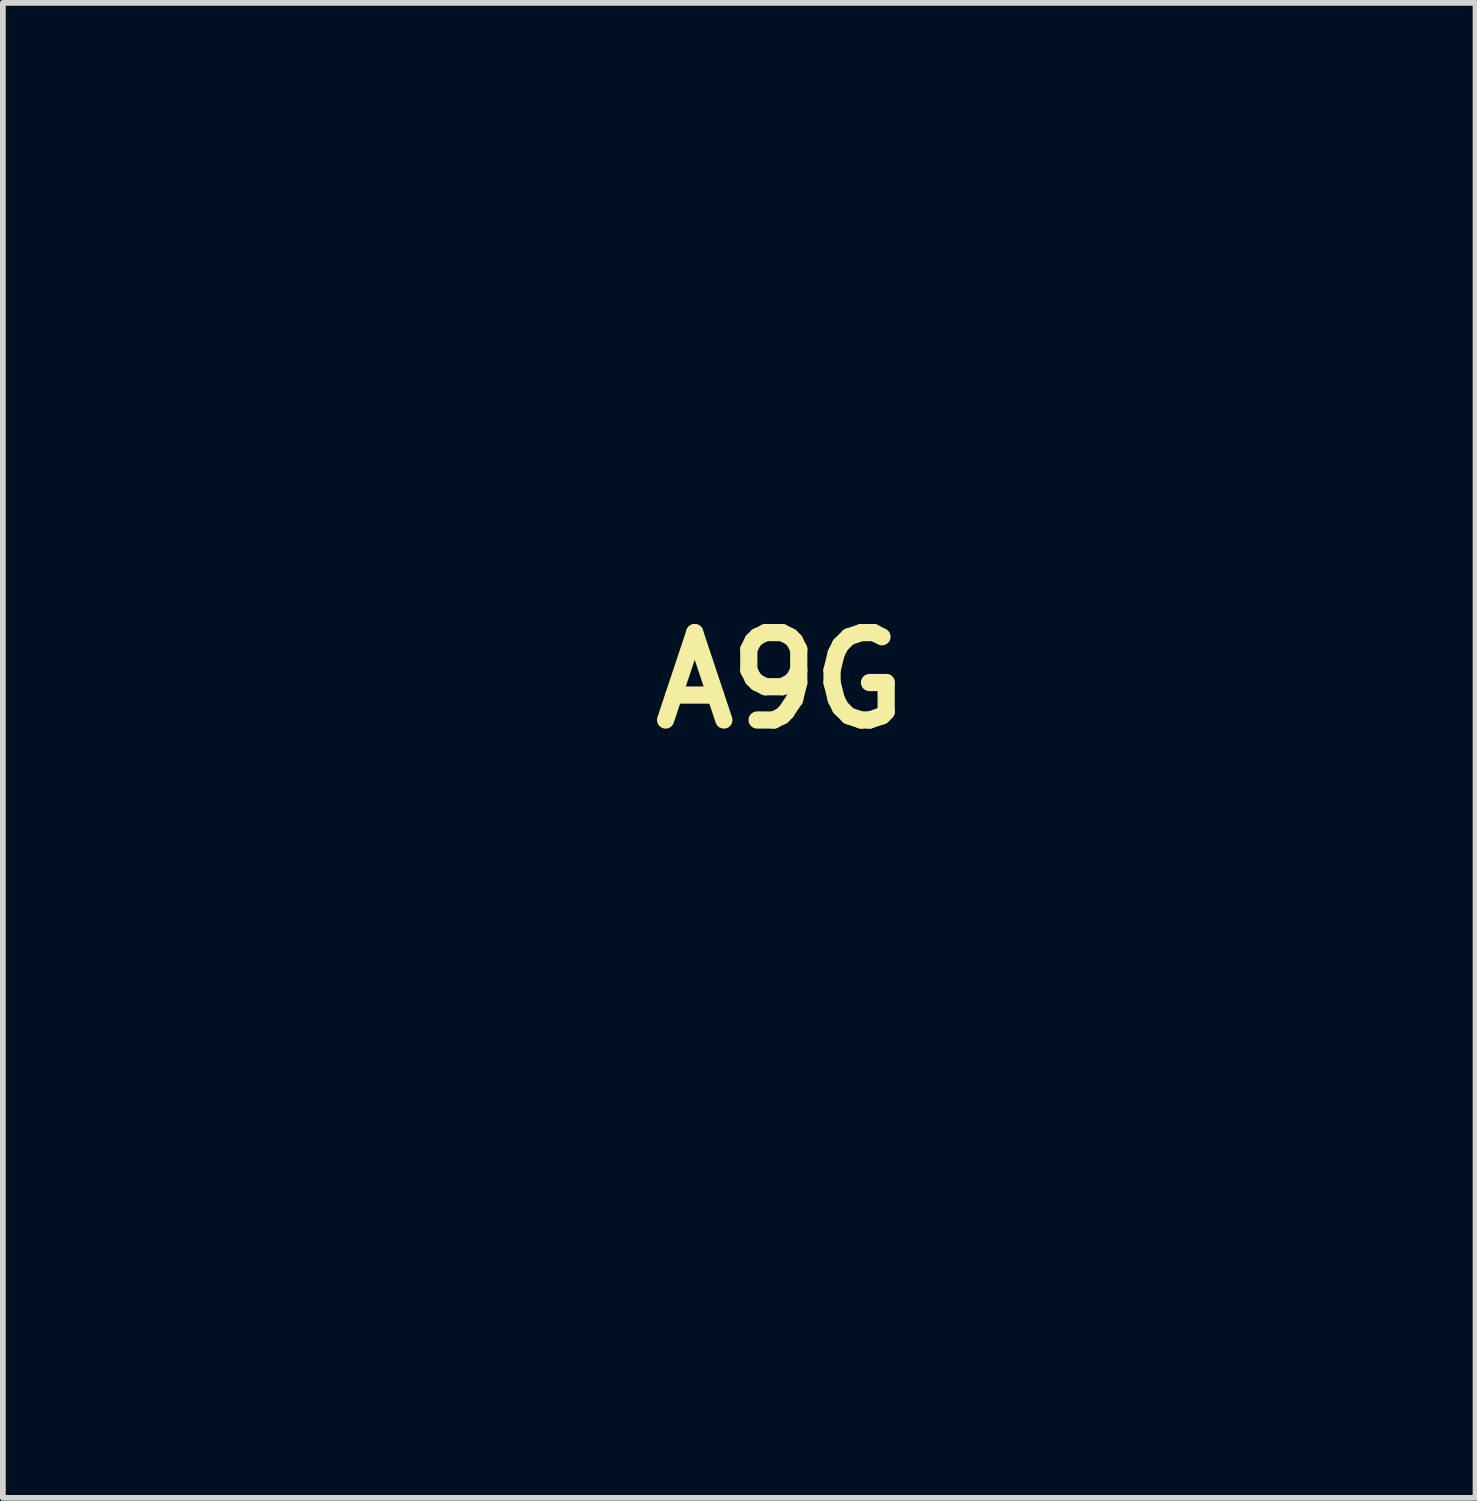
<source format=kicad_pcb>
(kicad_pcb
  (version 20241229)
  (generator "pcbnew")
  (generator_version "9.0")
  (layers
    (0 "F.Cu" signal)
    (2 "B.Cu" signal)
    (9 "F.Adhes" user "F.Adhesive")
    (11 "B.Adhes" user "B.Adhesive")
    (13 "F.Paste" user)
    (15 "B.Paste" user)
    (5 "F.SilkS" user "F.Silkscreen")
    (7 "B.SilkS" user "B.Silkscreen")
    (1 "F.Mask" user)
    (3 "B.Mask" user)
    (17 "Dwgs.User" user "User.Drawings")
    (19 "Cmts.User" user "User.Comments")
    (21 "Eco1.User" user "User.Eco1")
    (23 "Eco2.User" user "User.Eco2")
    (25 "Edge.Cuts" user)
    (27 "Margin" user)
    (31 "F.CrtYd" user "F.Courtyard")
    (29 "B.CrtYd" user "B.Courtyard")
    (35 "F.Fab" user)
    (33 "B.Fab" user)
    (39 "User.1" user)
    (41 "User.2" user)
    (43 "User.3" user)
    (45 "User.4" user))
  (footprint "A9G"
    (layer "F.Cu")
    (at 10.552 8.816)
    (property "Reference" "A9G" (at 0 0 0) (layer "F.SilkS") (effects (font (size 1.524 1.524) (thickness 0.3))))
    (attr through_hole)
    (fp_poly (pts (xy -3.381 -1.887) (xy -6.527 -1.887) (xy -6.527 -5.111) (xy -3.381 -5.111) (xy -3.381 -1.887)) (stroke (width 0.01) (type solid)) (fill yes) (layer "F.Mask"))
    (fp_poly (pts (xy -1.848 3.893) (xy -2.654 3.915) (xy -3.46 3.937) (xy -3.46 2.359) (xy -1.803 2.359) (xy -1.848 3.893)) (stroke (width 0.01) (type solid)) (fill yes) (layer "F.Mask"))
    (fp_poly (pts (xy -1.683 -8.764) (xy -1.521 -8.623) (xy -1.436 -8.366) (xy -1.415 -8.052) (xy -1.445 -7.664) (xy -1.541 -7.408) (xy -1.711 -7.27) (xy -1.927 -7.235) (xy -2.177 -7.285) (xy -2.315 -7.409) (xy -2.397 -7.621) (xy -2.436 -7.935) (xy -2.438 -8.021) (xy -2.404 -8.403) (xy -2.297 -8.654) (xy -2.11 -8.783) (xy -1.934 -8.807) (xy -1.683 -8.764)) (stroke (width 0.01) (type solid)) (fill yes) (layer "F.Mask"))
    (fp_poly (pts (xy 1.938 9.724) (xy 2.1 9.886) (xy 2.185 10.171) (xy 2.202 10.459) (xy 2.169 10.84) (xy 2.063 11.089) (xy 1.878 11.219) (xy 1.691 11.245) (xy 1.44 11.195) (xy 1.302 11.07) (xy 1.22 10.859) (xy 1.181 10.545) (xy 1.18 10.459) (xy 1.213 10.078) (xy 1.318 9.829) (xy 1.503 9.699) (xy 1.691 9.672) (xy 1.938 9.724)) (stroke (width 0.01) (type solid)) (fill yes) (layer "F.Mask"))
    (fp_poly (pts (xy -7.717 -8.753) (xy -7.601 -8.664) (xy -7.514 -8.482) (xy -7.469 -8.21) (xy -7.465 -7.904) (xy -7.501 -7.619) (xy -7.577 -7.411) (xy -7.614 -7.365) (xy -7.815 -7.263) (xy -8.056 -7.241) (xy -8.268 -7.3) (xy -8.341 -7.359) (xy -8.426 -7.549) (xy -8.473 -7.831) (xy -8.482 -8.145) (xy -8.449 -8.429) (xy -8.383 -8.61) (xy -8.199 -8.762) (xy -7.957 -8.811) (xy -7.717 -8.753)) (stroke (width 0.01) (type solid)) (fill yes) (layer "F.Mask"))
    (fp_poly (pts (xy -6.505 9.714) (xy -6.333 9.851) (xy -6.239 10.101) (xy -6.212 10.464) (xy -6.247 10.836) (xy -6.358 11.079) (xy -6.557 11.21) (xy -6.821 11.245) (xy -7.027 11.233) (xy -7.129 11.174) (xy -7.179 11.032) (xy -7.186 10.999) (xy -7.227 10.652) (xy -7.228 10.289) (xy -7.188 9.978) (xy -7.158 9.874) (xy -7.08 9.74) (xy -6.948 9.682) (xy -6.769 9.672) (xy -6.505 9.714)) (stroke (width 0.01) (type solid)) (fill yes) (layer "F.Mask"))
    (fp_poly (pts (xy -5.303 -8.761) (xy -5.144 -8.612) (xy -5.057 -8.345) (xy -5.033 -7.976) (xy -5.061 -7.62) (xy -5.155 -7.392) (xy -5.332 -7.271) (xy -5.608 -7.235) (xy -5.611 -7.235) (xy -5.819 -7.256) (xy -5.932 -7.34) (xy -5.978 -7.436) (xy -6.038 -7.7) (xy -6.054 -8.018) (xy -6.029 -8.33) (xy -5.965 -8.573) (xy -5.933 -8.633) (xy -5.757 -8.774) (xy -5.544 -8.807) (xy -5.303 -8.761)) (stroke (width 0.01) (type solid)) (fill yes) (layer "F.Mask"))
    (fp_poly (pts (xy -1.677 9.768) (xy -1.527 9.972) (xy -1.435 10.271) (xy -1.415 10.514) (xy -1.432 10.862) (xy -1.495 11.082) (xy -1.623 11.2) (xy -1.835 11.243) (xy -1.927 11.245) (xy -2.174 11.225) (xy -2.313 11.153) (xy -2.356 11.093) (xy -2.428 10.846) (xy -2.442 10.528) (xy -2.403 10.206) (xy -2.316 9.945) (xy -2.275 9.88) (xy -2.071 9.707) (xy -1.865 9.675) (xy -1.677 9.768)) (stroke (width 0.01) (type solid)) (fill yes) (layer "F.Mask"))
    (fp_poly (pts (xy 0.774 9.785) (xy 0.851 9.854) (xy 0.965 10.025) (xy 1.015 10.255) (xy 1.022 10.447) (xy 0.987 10.829) (xy 0.875 11.081) (xy 0.679 11.215) (xy 0.461 11.245) (xy 0.248 11.227) (xy 0.133 11.153) (xy 0.077 11.043) (xy 0.017 10.78) (xy 0.001 10.462) (xy 0.026 10.15) (xy 0.09 9.907) (xy 0.122 9.847) (xy 0.307 9.703) (xy 0.54 9.682) (xy 0.774 9.785)) (stroke (width 0.01) (type solid)) (fill yes) (layer "F.Mask"))
    (fp_poly (pts (xy 4.392 9.785) (xy 4.469 9.854) (xy 4.578 10.016) (xy 4.63 10.232) (xy 4.64 10.466) (xy 4.609 10.838) (xy 4.509 11.08) (xy 4.327 11.21) (xy 4.083 11.245) (xy 3.868 11.228) (xy 3.753 11.157) (xy 3.694 11.043) (xy 3.635 10.78) (xy 3.619 10.462) (xy 3.644 10.15) (xy 3.707 9.907) (xy 3.74 9.847) (xy 3.925 9.703) (xy 4.158 9.682) (xy 4.392 9.785)) (stroke (width 0.01) (type solid)) (fill yes) (layer "F.Mask"))
    (fp_poly (pts (xy 6.686 9.745) (xy 6.832 9.875) (xy 6.944 10.104) (xy 7.001 10.399) (xy 7.002 10.707) (xy 6.945 10.97) (xy 6.855 11.115) (xy 6.66 11.216) (xy 6.422 11.246) (xy 6.201 11.206) (xy 6.06 11.097) (xy 6.058 11.093) (xy 6.002 10.889) (xy 5.98 10.597) (xy 5.993 10.283) (xy 6.039 10.013) (xy 6.078 9.908) (xy 6.24 9.733) (xy 6.458 9.678) (xy 6.686 9.745)) (stroke (width 0.01) (type solid)) (fill yes) (layer "F.Mask"))
    (fp_poly (pts (xy 6.782 -8.736) (xy 6.958 -8.536) (xy 7.058 -8.229) (xy 7.077 -7.989) (xy 7.042 -7.621) (xy 6.931 -7.382) (xy 6.734 -7.259) (xy 6.538 -7.235) (xy 6.319 -7.259) (xy 6.164 -7.317) (xy 6.149 -7.329) (xy 6.098 -7.46) (xy 6.065 -7.709) (xy 6.055 -7.985) (xy 6.078 -8.368) (xy 6.155 -8.62) (xy 6.297 -8.759) (xy 6.516 -8.807) (xy 6.547 -8.807) (xy 6.782 -8.736)) (stroke (width 0.01) (type solid)) (fill yes) (layer "F.Mask"))
    (fp_poly (pts (xy 8.543 7.354) (xy 8.825 7.401) (xy 9.017 7.485) (xy 9.046 7.513) (xy 9.094 7.651) (xy 9.11 7.874) (xy 9.107 7.956) (xy 9.083 8.296) (xy 8.414 8.311) (xy 8.097 8.313) (xy 7.835 8.306) (xy 7.672 8.291) (xy 7.648 8.285) (xy 7.584 8.182) (xy 7.552 7.96) (xy 7.549 7.867) (xy 7.549 7.489) (xy 7.912 7.398) (xy 8.222 7.352) (xy 8.543 7.354)) (stroke (width 0.01) (type solid)) (fill yes) (layer "F.Mask"))
    (fp_poly (pts (xy -9.413 8.604) (xy -9.162 8.659) (xy -9.032 8.744) (xy -8.989 8.887) (xy -8.967 9.105) (xy -8.966 9.144) (xy -8.985 9.353) (xy -9.064 9.466) (xy -9.166 9.517) (xy -9.385 9.565) (xy -9.677 9.587) (xy -9.986 9.584) (xy -10.25 9.555) (xy -10.4 9.509) (xy -10.492 9.402) (xy -10.533 9.197) (xy -10.537 9.045) (xy -10.537 8.661) (xy -10.125 8.612) (xy -9.746 8.587) (xy -9.413 8.604)) (stroke (width 0.01) (type solid)) (fill yes) (layer "F.Mask"))
    (fp_poly (pts (xy -6.515 -8.759) (xy -6.332 -8.606) (xy -6.235 -8.334) (xy -6.212 -8.023) (xy -6.225 -7.74) (xy -6.275 -7.558) (xy -6.379 -7.421) (xy -6.394 -7.406) (xy -6.62 -7.265) (xy -6.855 -7.23) (xy -7.053 -7.299) (xy -7.158 -7.436) (xy -7.205 -7.638) (xy -7.232 -7.91) (xy -7.235 -8.021) (xy -7.215 -8.393) (xy -7.147 -8.633) (xy -7.02 -8.764) (xy -6.82 -8.807) (xy -6.794 -8.807) (xy -6.515 -8.759)) (stroke (width 0.01) (type solid)) (fill yes) (layer "F.Mask"))
    (fp_poly (pts (xy -3.054 9.688) (xy -2.836 9.8) (xy -2.758 9.88) (xy -2.65 10.074) (xy -2.602 10.335) (xy -2.595 10.536) (xy -2.625 10.881) (xy -2.726 11.099) (xy -2.918 11.213) (xy -3.207 11.245) (xy -3.415 11.235) (xy -3.519 11.18) (xy -3.569 11.039) (xy -3.584 10.966) (xy -3.611 10.676) (xy -3.602 10.355) (xy -3.56 10.059) (xy -3.493 9.843) (xy -3.462 9.793) (xy -3.281 9.683) (xy -3.054 9.688)) (stroke (width 0.01) (type solid)) (fill yes) (layer "F.Mask"))
    (fp_poly (pts (xy -2.888 -8.766) (xy -2.715 -8.628) (xy -2.622 -8.378) (xy -2.595 -8.017) (xy -2.609 -7.736) (xy -2.66 -7.554) (xy -2.766 -7.416) (xy -2.777 -7.406) (xy -3.019 -7.266) (xy -3.286 -7.246) (xy -3.456 -7.309) (xy -3.526 -7.429) (xy -3.576 -7.656) (xy -3.604 -7.941) (xy -3.605 -8.235) (xy -3.576 -8.489) (xy -3.547 -8.591) (xy -3.468 -8.734) (xy -3.342 -8.796) (xy -3.152 -8.807) (xy -2.888 -8.766)) (stroke (width 0.01) (type solid)) (fill yes) (layer "F.Mask"))
    (fp_poly (pts (xy -0.566 -8.784) (xy -0.366 -8.664) (xy -0.296 -8.507) (xy -0.251 -8.253) (xy -0.232 -7.955) (xy -0.241 -7.664) (xy -0.279 -7.434) (xy -0.33 -7.329) (xy -0.469 -7.27) (xy -0.692 -7.243) (xy -0.929 -7.251) (xy -1.081 -7.287) (xy -1.139 -7.385) (xy -1.171 -7.626) (xy -1.18 -7.937) (xy -1.172 -8.269) (xy -1.144 -8.483) (xy -1.089 -8.616) (xy -1.036 -8.677) (xy -0.812 -8.79) (xy -0.566 -8.784)) (stroke (width 0.01) (type solid)) (fill yes) (layer "F.Mask"))
    (fp_poly (pts (xy 0.729 -8.766) (xy 0.902 -8.628) (xy 0.995 -8.378) (xy 1.022 -8.017) (xy 1.009 -7.736) (xy 0.957 -7.554) (xy 0.851 -7.416) (xy 0.84 -7.406) (xy 0.605 -7.264) (xy 0.364 -7.249) (xy 0.163 -7.361) (xy 0.122 -7.409) (xy 0.045 -7.612) (xy 0.006 -7.905) (xy 0.007 -8.229) (xy 0.05 -8.519) (xy 0.077 -8.606) (xy 0.154 -8.74) (xy 0.287 -8.797) (xy 0.465 -8.807) (xy 0.729 -8.766)) (stroke (width 0.01) (type solid)) (fill yes) (layer "F.Mask"))
    (fp_poly (pts (xy 1.903 -8.743) (xy 2.037 -8.64) (xy 2.135 -8.497) (xy 2.186 -8.305) (xy 2.202 -8.013) (xy 2.202 -7.973) (xy 2.179 -7.62) (xy 2.1 -7.396) (xy 1.945 -7.276) (xy 1.696 -7.235) (xy 1.644 -7.235) (xy 1.43 -7.252) (xy 1.314 -7.324) (xy 1.256 -7.436) (xy 1.197 -7.708) (xy 1.185 -8.039) (xy 1.216 -8.357) (xy 1.281 -8.572) (xy 1.443 -8.741) (xy 1.667 -8.8) (xy 1.903 -8.743)) (stroke (width 0.01) (type solid)) (fill yes) (layer "F.Mask"))
    (fp_poly (pts (xy 3.157 -8.746) (xy 3.315 -8.558) (xy 3.401 -8.236) (xy 3.419 -8.027) (xy 3.41 -7.656) (xy 3.337 -7.413) (xy 3.188 -7.28) (xy 2.95 -7.235) (xy 2.921 -7.235) (xy 2.702 -7.259) (xy 2.546 -7.317) (xy 2.532 -7.329) (xy 2.481 -7.46) (xy 2.448 -7.709) (xy 2.438 -7.985) (xy 2.461 -8.369) (xy 2.538 -8.621) (xy 2.68 -8.761) (xy 2.899 -8.807) (xy 2.923 -8.807) (xy 3.157 -8.746)) (stroke (width 0.01) (type solid)) (fill yes) (layer "F.Mask"))
    (fp_poly (pts (xy 4.262 -8.743) (xy 4.397 -8.64) (xy 4.495 -8.495) (xy 4.546 -8.3) (xy 4.561 -8.003) (xy 4.561 -7.979) (xy 4.534 -7.622) (xy 4.44 -7.394) (xy 4.264 -7.272) (xy 3.99 -7.235) (xy 3.983 -7.235) (xy 3.775 -7.256) (xy 3.662 -7.34) (xy 3.615 -7.436) (xy 3.557 -7.708) (xy 3.544 -8.039) (xy 3.575 -8.357) (xy 3.64 -8.572) (xy 3.802 -8.741) (xy 4.027 -8.8) (xy 4.262 -8.743)) (stroke (width 0.01) (type solid)) (fill yes) (layer "F.Mask"))
    (fp_poly (pts (xy 5.551 9.767) (xy 5.648 9.854) (xy 5.754 10.008) (xy 5.806 10.21) (xy 5.819 10.489) (xy 5.804 10.843) (xy 5.745 11.069) (xy 5.625 11.193) (xy 5.427 11.241) (xy 5.308 11.245) (xy 5.061 11.225) (xy 4.921 11.153) (xy 4.878 11.093) (xy 4.832 10.93) (xy 4.802 10.678) (xy 4.797 10.514) (xy 4.84 10.154) (xy 4.956 9.884) (xy 5.126 9.72) (xy 5.331 9.676) (xy 5.551 9.767)) (stroke (width 0.01) (type solid)) (fill yes) (layer "F.Mask"))
    (fp_poly (pts (xy 8.549 -3.508) (xy 8.84 -3.455) (xy 9.02 -3.368) (xy 9.093 -3.231) (xy 9.123 -3.021) (xy 9.11 -2.798) (xy 9.057 -2.624) (xy 8.998 -2.564) (xy 8.853 -2.541) (xy 8.605 -2.529) (xy 8.308 -2.527) (xy 8.014 -2.536) (xy 7.778 -2.555) (xy 7.687 -2.571) (xy 7.599 -2.632) (xy 7.558 -2.781) (xy 7.549 -2.984) (xy 7.549 -3.361) (xy 7.903 -3.46) (xy 8.217 -3.511) (xy 8.549 -3.508)) (stroke (width 0.01) (type solid)) (fill yes) (layer "F.Mask"))
    (fp_poly (pts (xy 8.788 -4.646) (xy 8.995 -4.581) (xy 9.092 -4.5) (xy 9.12 -4.349) (xy 9.122 -4.207) (xy 9.102 -3.959) (xy 9.03 -3.82) (xy 8.97 -3.777) (xy 8.786 -3.726) (xy 8.512 -3.701) (xy 8.206 -3.701) (xy 7.923 -3.726) (xy 7.72 -3.774) (xy 7.677 -3.797) (xy 7.586 -3.915) (xy 7.558 -4.115) (xy 7.564 -4.249) (xy 7.589 -4.6) (xy 8.021 -4.668) (xy 8.539 -4.69) (xy 8.788 -4.646)) (stroke (width 0.01) (type solid)) (fill yes) (layer "F.Mask"))
    (fp_poly (pts (xy -9.518 7.356) (xy -9.23 7.409) (xy -9.063 7.489) (xy -8.993 7.627) (xy -8.968 7.844) (xy -8.986 8.069) (xy -9.049 8.23) (xy -9.059 8.241) (xy -9.174 8.282) (xy -9.398 8.313) (xy -9.683 8.332) (xy -9.981 8.338) (xy -10.247 8.33) (xy -10.432 8.306) (xy -10.485 8.283) (xy -10.516 8.179) (xy -10.535 7.976) (xy -10.537 7.86) (xy -10.537 7.489) (xy -10.17 7.397) (xy -9.85 7.35) (xy -9.518 7.356)) (stroke (width 0.01) (type solid)) (fill yes) (layer "F.Mask"))
    (fp_poly (pts (xy -9.422 -1.078) (xy -9.133 -0.966) (xy -8.948 -0.769) (xy -8.886 -0.503) (xy -8.911 -0.301) (xy -9.011 -0.191) (xy -9.088 -0.155) (xy -9.293 -0.109) (xy -9.573 -0.085) (xy -9.878 -0.081) (xy -10.16 -0.099) (xy -10.368 -0.136) (xy -10.443 -0.173) (xy -10.502 -0.307) (xy -10.535 -0.525) (xy -10.537 -0.602) (xy -10.527 -0.815) (xy -10.471 -0.927) (xy -10.329 -0.993) (xy -10.243 -1.018) (xy -9.798 -1.098) (xy -9.422 -1.078)) (stroke (width 0.01) (type solid)) (fill yes) (layer "F.Mask"))
    (fp_poly (pts (xy -9.385 -3.487) (xy -9.135 -3.433) (xy -8.996 -3.344) (xy -8.914 -3.152) (xy -8.89 -2.919) (xy -8.922 -2.713) (xy -8.984 -2.619) (xy -9.12 -2.576) (xy -9.362 -2.549) (xy -9.66 -2.536) (xy -9.964 -2.54) (xy -10.224 -2.56) (xy -10.389 -2.597) (xy -10.4 -2.603) (xy -10.508 -2.747) (xy -10.537 -2.983) (xy -10.52 -3.191) (xy -10.439 -3.309) (xy -10.282 -3.392) (xy -10.007 -3.469) (xy -9.692 -3.5) (xy -9.385 -3.487)) (stroke (width 0.01) (type solid)) (fill yes) (layer "F.Mask"))
    (fp_poly (pts (xy -5.276 9.731) (xy -5.163 9.816) (xy -5.083 9.991) (xy -5.039 10.263) (xy -5.034 10.574) (xy -5.069 10.868) (xy -5.124 11.045) (xy -5.208 11.174) (xy -5.339 11.232) (xy -5.559 11.245) (xy -5.783 11.232) (xy -5.904 11.175) (xy -5.977 11.048) (xy -5.978 11.043) (xy -6.038 10.78) (xy -6.054 10.462) (xy -6.029 10.15) (xy -5.965 9.907) (xy -5.933 9.847) (xy -5.752 9.711) (xy -5.511 9.672) (xy -5.276 9.731)) (stroke (width 0.01) (type solid)) (fill yes) (layer "F.Mask"))
    (fp_poly (pts (xy -4.106 9.694) (xy -3.948 9.767) (xy -3.893 9.902) (xy -3.863 10.142) (xy -3.856 10.434) (xy -3.872 10.728) (xy -3.91 10.972) (xy -3.963 11.108) (xy -4.14 11.216) (xy -4.395 11.245) (xy -4.635 11.222) (xy -4.758 11.145) (xy -4.778 11.108) (xy -4.816 10.92) (xy -4.831 10.649) (xy -4.824 10.346) (xy -4.798 10.066) (xy -4.754 9.86) (xy -4.723 9.796) (xy -4.569 9.71) (xy -4.338 9.675) (xy -4.106 9.694)) (stroke (width 0.01) (type solid)) (fill yes) (layer "F.Mask"))
    (fp_poly (pts (xy -4.097 -8.763) (xy -3.963 -8.67) (xy -3.902 -8.509) (xy -3.865 -8.238) (xy -3.856 -8.014) (xy -3.865 -7.702) (xy -3.903 -7.506) (xy -3.979 -7.382) (xy -3.997 -7.365) (xy -4.197 -7.263) (xy -4.438 -7.241) (xy -4.65 -7.299) (xy -4.723 -7.359) (xy -4.786 -7.518) (xy -4.822 -7.777) (xy -4.831 -8.08) (xy -4.813 -8.372) (xy -4.768 -8.597) (xy -4.728 -8.678) (xy -4.558 -8.778) (xy -4.324 -8.806) (xy -4.097 -8.763)) (stroke (width 0.01) (type solid)) (fill yes) (layer "F.Mask"))
    (fp_poly (pts (xy 5.429 -8.779) (xy 5.65 -8.644) (xy 5.659 -8.635) (xy 5.759 -8.483) (xy 5.808 -8.271) (xy 5.819 -8.001) (xy 5.804 -7.644) (xy 5.747 -7.416) (xy 5.631 -7.29) (xy 5.436 -7.24) (xy 5.303 -7.235) (xy 5.077 -7.247) (xy 4.953 -7.3) (xy 4.878 -7.422) (xy 4.867 -7.451) (xy 4.817 -7.688) (xy 4.809 -7.988) (xy 4.838 -8.292) (xy 4.899 -8.546) (xy 4.973 -8.68) (xy 5.185 -8.792) (xy 5.429 -8.779)) (stroke (width 0.01) (type solid)) (fill yes) (layer "F.Mask"))
    (fp_poly (pts (xy 8.718 -7.085) (xy 8.958 -7.004) (xy 9.086 -6.856) (xy 9.122 -6.645) (xy 9.104 -6.419) (xy 9.032 -6.274) (xy 8.877 -6.193) (xy 8.613 -6.159) (xy 8.358 -6.152) (xy 8.047 -6.155) (xy 7.785 -6.166) (xy 7.622 -6.183) (xy 7.608 -6.186) (xy 7.516 -6.255) (xy 7.476 -6.419) (xy 7.471 -6.569) (xy 7.498 -6.812) (xy 7.597 -6.973) (xy 7.789 -7.066) (xy 8.099 -7.106) (xy 8.346 -7.111) (xy 8.718 -7.085)) (stroke (width 0.01) (type solid)) (fill yes) (layer "F.Mask"))
    (fp_poly (pts (xy 8.718 0.15) (xy 8.958 0.231) (xy 9.086 0.379) (xy 9.122 0.589) (xy 9.104 0.822) (xy 9.033 0.971) (xy 8.881 1.055) (xy 8.622 1.091) (xy 8.313 1.095) (xy 8.001 1.087) (xy 7.744 1.073) (xy 7.588 1.054) (xy 7.569 1.049) (xy 7.505 0.948) (xy 7.472 0.738) (xy 7.471 0.665) (xy 7.498 0.422) (xy 7.597 0.261) (xy 7.79 0.168) (xy 8.1 0.128) (xy 8.346 0.124) (xy 8.718 0.15)) (stroke (width 0.01) (type solid)) (fill yes) (layer "F.Mask"))
    (fp_poly (pts (xy -9.488 -5.887) (xy -9.235 -5.844) (xy -9.088 -5.774) (xy -8.987 -5.577) (xy -8.974 -5.329) (xy -9.053 -5.109) (xy -9.063 -5.095) (xy -9.195 -5.022) (xy -9.433 -4.967) (xy -9.725 -4.934) (xy -10.021 -4.928) (xy -10.269 -4.952) (xy -10.371 -4.983) (xy -10.481 -5.067) (xy -10.529 -5.221) (xy -10.537 -5.401) (xy -10.524 -5.625) (xy -10.467 -5.747) (xy -10.341 -5.819) (xy -10.336 -5.821) (xy -10.092 -5.878) (xy -9.791 -5.899) (xy -9.488 -5.887)) (stroke (width 0.01) (type solid)) (fill yes) (layer "F.Mask"))
    (fp_poly (pts (xy -9.116 -4.62) (xy -8.952 -4.454) (xy -8.89 -4.19) (xy -8.889 -4.146) (xy -8.911 -3.938) (xy -8.972 -3.823) (xy -8.984 -3.817) (xy -9.181 -3.78) (xy -9.458 -3.758) (xy -9.769 -3.751) (xy -10.064 -3.759) (xy -10.295 -3.782) (xy -10.408 -3.815) (xy -10.497 -3.953) (xy -10.537 -4.161) (xy -10.53 -4.378) (xy -10.474 -4.542) (xy -10.419 -4.59) (xy -10.281 -4.621) (xy -10.042 -4.658) (xy -9.798 -4.687) (xy -9.394 -4.695) (xy -9.116 -4.62)) (stroke (width 0.01) (type solid)) (fill yes) (layer "F.Mask"))
    (fp_poly (pts (xy -7.723 9.694) (xy -7.565 9.767) (xy -7.514 9.897) (xy -7.483 10.132) (xy -7.472 10.421) (xy -7.481 10.715) (xy -7.511 10.962) (xy -7.552 11.093) (xy -7.652 11.196) (xy -7.837 11.24) (xy -7.986 11.245) (xy -8.213 11.233) (xy -8.336 11.18) (xy -8.411 11.058) (xy -8.423 11.029) (xy -8.469 10.807) (xy -8.479 10.514) (xy -8.458 10.208) (xy -8.408 9.948) (xy -8.341 9.797) (xy -8.186 9.71) (xy -7.955 9.675) (xy -7.723 9.694)) (stroke (width 0.01) (type solid)) (fill yes) (layer "F.Mask"))
    (fp_poly (pts (xy 3.041 9.711) (xy 3.255 9.876) (xy 3.372 10.052) (xy 3.415 10.232) (xy 3.424 10.493) (xy 3.404 10.773) (xy 3.358 11.01) (xy 3.305 11.124) (xy 3.173 11.194) (xy 2.957 11.237) (xy 2.724 11.248) (xy 2.541 11.222) (xy 2.49 11.193) (xy 2.465 11.094) (xy 2.447 10.881) (xy 2.438 10.595) (xy 2.438 10.537) (xy 2.446 10.206) (xy 2.474 9.993) (xy 2.53 9.861) (xy 2.582 9.803) (xy 2.808 9.684) (xy 3.041 9.711)) (stroke (width 0.01) (type solid)) (fill yes) (layer "F.Mask"))
    (fp_poly (pts (xy 8.752 6.203) (xy 8.979 6.278) (xy 9.024 6.308) (xy 9.112 6.47) (xy 9.119 6.694) (xy 9.051 6.911) (xy 8.947 7.034) (xy 8.764 7.101) (xy 8.485 7.142) (xy 8.166 7.155) (xy 7.867 7.138) (xy 7.646 7.089) (xy 7.608 7.071) (xy 7.509 6.947) (xy 7.471 6.709) (xy 7.471 6.651) (xy 7.478 6.442) (xy 7.529 6.329) (xy 7.664 6.26) (xy 7.821 6.213) (xy 8.116 6.165) (xy 8.445 6.163) (xy 8.752 6.203)) (stroke (width 0.01) (type solid)) (fill yes) (layer "F.Mask"))
    (fp_poly (pts (xy -9.582 2.546) (xy -9.288 2.591) (xy -9.084 2.673) (xy -9.071 2.683) (xy -8.984 2.839) (xy -8.962 3.061) (xy -8.998 3.284) (xy -9.091 3.439) (xy -9.117 3.457) (xy -9.294 3.505) (xy -9.565 3.53) (xy -9.873 3.532) (xy -10.158 3.512) (xy -10.363 3.47) (xy -10.4 3.454) (xy -10.498 3.333) (xy -10.536 3.101) (xy -10.537 3.027) (xy -10.529 2.809) (xy -10.477 2.695) (xy -10.338 2.628) (xy -10.204 2.59) (xy -9.906 2.544) (xy -9.582 2.546)) (stroke (width 0.01) (type solid)) (fill yes) (layer "F.Mask"))
    (fp_poly (pts (xy -9.582 6.163) (xy -9.288 6.208) (xy -9.084 6.291) (xy -9.071 6.301) (xy -8.984 6.456) (xy -8.962 6.679) (xy -8.998 6.901) (xy -9.091 7.057) (xy -9.117 7.075) (xy -9.294 7.122) (xy -9.565 7.147) (xy -9.873 7.15) (xy -10.158 7.13) (xy -10.363 7.088) (xy -10.4 7.071) (xy -10.498 6.95) (xy -10.536 6.718) (xy -10.537 6.644) (xy -10.529 6.427) (xy -10.477 6.312) (xy -10.338 6.245) (xy -10.204 6.207) (xy -9.906 6.161) (xy -9.582 6.163)) (stroke (width 0.01) (type solid)) (fill yes) (layer "F.Mask"))
    (fp_poly (pts (xy -9.568 4.955) (xy -9.282 5.002) (xy -9.102 5.09) (xy -9.095 5.098) (xy -9.003 5.283) (xy -8.968 5.527) (xy -8.993 5.757) (xy -9.059 5.882) (xy -9.175 5.922) (xy -9.4 5.952) (xy -9.685 5.969) (xy -9.983 5.972) (xy -10.245 5.959) (xy -10.423 5.93) (xy -10.439 5.924) (xy -10.503 5.82) (xy -10.535 5.587) (xy -10.537 5.469) (xy -10.532 5.226) (xy -10.5 5.096) (xy -10.418 5.035) (xy -10.292 5.003) (xy -9.919 4.955) (xy -9.568 4.955)) (stroke (width 0.01) (type solid)) (fill yes) (layer "F.Mask"))
    (fp_poly (pts (xy -9.357 -2.27) (xy -9.162 -2.232) (xy -9.036 -2.157) (xy -9.011 -2.131) (xy -8.904 -1.915) (xy -8.905 -1.67) (xy -9.004 -1.455) (xy -9.122 -1.359) (xy -9.324 -1.302) (xy -9.612 -1.27) (xy -9.926 -1.266) (xy -10.207 -1.289) (xy -10.395 -1.34) (xy -10.4 -1.343) (xy -10.493 -1.452) (xy -10.533 -1.659) (xy -10.537 -1.803) (xy -10.528 -2.01) (xy -10.48 -2.146) (xy -10.368 -2.227) (xy -10.165 -2.266) (xy -9.842 -2.278) (xy -9.665 -2.279) (xy -9.357 -2.27)) (stroke (width 0.01) (type solid)) (fill yes) (layer "F.Mask"))
    (fp_poly (pts (xy -0.58 9.721) (xy -0.407 9.854) (xy -0.308 9.991) (xy -0.256 10.168) (xy -0.237 10.434) (xy -0.236 10.546) (xy -0.25 10.839) (xy -0.288 11.059) (xy -0.33 11.151) (xy -0.46 11.206) (xy -0.673 11.239) (xy -0.902 11.244) (xy -1.079 11.218) (xy -1.127 11.193) (xy -1.152 11.094) (xy -1.171 10.881) (xy -1.179 10.595) (xy -1.18 10.537) (xy -1.172 10.206) (xy -1.144 9.993) (xy -1.087 9.861) (xy -1.036 9.803) (xy -0.811 9.684) (xy -0.58 9.721)) (stroke (width 0.01) (type solid)) (fill yes) (layer "F.Mask"))
    (fp_poly (pts (xy 8.552 2.538) (xy 8.827 2.599) (xy 9.01 2.661) (xy 9.096 2.745) (xy 9.121 2.906) (xy 9.122 3.028) (xy 9.101 3.276) (xy 9.029 3.415) (xy 8.97 3.457) (xy 8.815 3.496) (xy 8.558 3.52) (xy 8.255 3.529) (xy 7.959 3.52) (xy 7.725 3.493) (xy 7.687 3.484) (xy 7.599 3.423) (xy 7.557 3.273) (xy 7.549 3.074) (xy 7.556 2.845) (xy 7.6 2.722) (xy 7.715 2.652) (xy 7.853 2.607) (xy 8.219 2.528) (xy 8.552 2.538)) (stroke (width 0.01) (type solid)) (fill yes) (layer "F.Mask"))
    (fp_poly (pts (xy 8.552 8.514) (xy 8.827 8.576) (xy 9.01 8.637) (xy 9.096 8.721) (xy 9.121 8.882) (xy 9.122 9.005) (xy 9.101 9.252) (xy 9.029 9.391) (xy 8.97 9.434) (xy 8.793 9.481) (xy 8.522 9.506) (xy 8.214 9.509) (xy 7.929 9.489) (xy 7.723 9.447) (xy 7.687 9.43) (xy 7.587 9.305) (xy 7.55 9.065) (xy 7.549 9.013) (xy 7.559 8.798) (xy 7.615 8.684) (xy 7.758 8.614) (xy 7.853 8.584) (xy 8.219 8.505) (xy 8.552 8.514)) (stroke (width 0.01) (type solid)) (fill yes) (layer "F.Mask"))
    (fp_poly (pts (xy 8.59 -1.061) (xy 8.788 -1.028) (xy 8.995 -0.963) (xy 9.092 -0.883) (xy 9.12 -0.732) (xy 9.122 -0.59) (xy 9.102 -0.342) (xy 9.03 -0.203) (xy 8.97 -0.16) (xy 8.788 -0.11) (xy 8.514 -0.085) (xy 8.203 -0.085) (xy 7.909 -0.107) (xy 7.685 -0.152) (xy 7.608 -0.188) (xy 7.527 -0.32) (xy 7.478 -0.528) (xy 7.467 -0.75) (xy 7.498 -0.923) (xy 7.539 -0.976) (xy 7.71 -1.03) (xy 7.98 -1.064) (xy 8.293 -1.075) (xy 8.59 -1.061)) (stroke (width 0.01) (type solid)) (fill yes) (layer "F.Mask"))
    (fp_poly (pts (xy 8.711 -5.881) (xy 8.931 -5.846) (xy 9.028 -5.803) (xy 9.086 -5.67) (xy 9.119 -5.451) (xy 9.122 -5.369) (xy 9.108 -5.146) (xy 9.05 -5.025) (xy 8.921 -4.952) (xy 8.92 -4.952) (xy 8.702 -4.904) (xy 8.409 -4.882) (xy 8.101 -4.885) (xy 7.837 -4.914) (xy 7.687 -4.96) (xy 7.584 -5.1) (xy 7.542 -5.32) (xy 7.558 -5.558) (xy 7.631 -5.75) (xy 7.701 -5.816) (xy 7.872 -5.864) (xy 8.131 -5.89) (xy 8.427 -5.896) (xy 8.711 -5.881)) (stroke (width 0.01) (type solid)) (fill yes) (layer "F.Mask"))
    (fp_poly (pts (xy 8.711 -2.264) (xy 8.931 -2.229) (xy 9.028 -2.186) (xy 9.086 -2.053) (xy 9.119 -1.834) (xy 9.122 -1.752) (xy 9.108 -1.528) (xy 9.05 -1.407) (xy 8.921 -1.335) (xy 8.92 -1.335) (xy 8.702 -1.287) (xy 8.409 -1.265) (xy 8.101 -1.268) (xy 7.837 -1.297) (xy 7.687 -1.343) (xy 7.584 -1.482) (xy 7.542 -1.703) (xy 7.558 -1.941) (xy 7.631 -2.133) (xy 7.701 -2.199) (xy 7.872 -2.247) (xy 8.131 -2.273) (xy 8.427 -2.279) (xy 8.711 -2.264)) (stroke (width 0.01) (type solid)) (fill yes) (layer "F.Mask"))
    (fp_poly (pts (xy 8.711 1.354) (xy 8.931 1.388) (xy 9.028 1.431) (xy 9.086 1.564) (xy 9.119 1.783) (xy 9.122 1.866) (xy 9.108 2.089) (xy 9.05 2.21) (xy 8.921 2.282) (xy 8.92 2.282) (xy 8.702 2.331) (xy 8.409 2.353) (xy 8.101 2.349) (xy 7.837 2.32) (xy 7.687 2.274) (xy 7.584 2.135) (xy 7.542 1.915) (xy 7.558 1.677) (xy 7.631 1.484) (xy 7.701 1.418) (xy 7.872 1.371) (xy 8.131 1.344) (xy 8.427 1.339) (xy 8.711 1.354)) (stroke (width 0.01) (type solid)) (fill yes) (layer "F.Mask"))
    (fp_poly (pts (xy 8.711 3.713) (xy 8.931 3.747) (xy 9.028 3.79) (xy 9.086 3.923) (xy 9.119 4.143) (xy 9.122 4.225) (xy 9.108 4.448) (xy 9.05 4.569) (xy 8.921 4.641) (xy 8.92 4.642) (xy 8.702 4.69) (xy 8.409 4.712) (xy 8.101 4.708) (xy 7.837 4.68) (xy 7.687 4.633) (xy 7.584 4.494) (xy 7.542 4.274) (xy 7.558 4.036) (xy 7.631 3.844) (xy 7.701 3.777) (xy 7.872 3.73) (xy 8.131 3.703) (xy 8.427 3.698) (xy 8.711 3.713)) (stroke (width 0.01) (type solid)) (fill yes) (layer "F.Mask"))
    (fp_poly (pts (xy 8.711 4.971) (xy 8.931 5.006) (xy 9.028 5.049) (xy 9.087 5.182) (xy 9.12 5.401) (xy 9.122 5.478) (xy 9.099 5.723) (xy 9.021 5.86) (xy 8.97 5.895) (xy 8.793 5.943) (xy 8.522 5.968) (xy 8.214 5.97) (xy 7.929 5.95) (xy 7.723 5.908) (xy 7.687 5.892) (xy 7.584 5.752) (xy 7.542 5.532) (xy 7.558 5.294) (xy 7.631 5.102) (xy 7.701 5.036) (xy 7.872 4.988) (xy 8.131 4.962) (xy 8.427 4.956) (xy 8.711 4.971)) (stroke (width 0.01) (type solid)) (fill yes) (layer "F.Mask"))
    (fp_poly (pts (xy -9.606 0.113) (xy -9.31 0.155) (xy -9.095 0.231) (xy -9.063 0.253) (xy -8.993 0.392) (xy -8.968 0.61) (xy -8.986 0.836) (xy -9.05 0.997) (xy -9.059 1.007) (xy -9.174 1.047) (xy -9.398 1.078) (xy -9.683 1.097) (xy -9.981 1.103) (xy -10.247 1.095) (xy -10.432 1.071) (xy -10.485 1.049) (xy -10.516 0.945) (xy -10.535 0.742) (xy -10.537 0.619) (xy -10.531 0.391) (xy -10.488 0.269) (xy -10.373 0.201) (xy -10.209 0.153) (xy -9.925 0.111) (xy -9.606 0.113)) (stroke (width 0.01) (type solid)) (fill yes) (layer "F.Mask"))
    (fp_poly (pts (xy -9.295 3.766) (xy -9.078 3.812) (xy -9.011 3.848) (xy -8.915 4.015) (xy -8.89 4.257) (xy -8.939 4.504) (xy -8.967 4.566) (xy -9.031 4.645) (xy -9.141 4.69) (xy -9.334 4.712) (xy -9.647 4.716) (xy -9.656 4.716) (xy -9.966 4.705) (xy -10.227 4.677) (xy -10.388 4.639) (xy -10.4 4.633) (xy -10.511 4.488) (xy -10.547 4.27) (xy -10.51 4.043) (xy -10.404 3.869) (xy -10.361 3.838) (xy -10.172 3.78) (xy -9.895 3.749) (xy -9.585 3.744) (xy -9.295 3.766)) (stroke (width 0.01) (type solid)) (fill yes) (layer "F.Mask"))
    (fp_poly (pts (xy -9.555 1.343) (xy -9.288 1.367) (xy -9.104 1.406) (xy -9.059 1.431) (xy -9 1.564) (xy -8.967 1.783) (xy -8.965 1.866) (xy -8.978 2.089) (xy -9.037 2.21) (xy -9.166 2.282) (xy -9.166 2.282) (xy -9.385 2.331) (xy -9.677 2.353) (xy -9.986 2.349) (xy -10.25 2.32) (xy -10.4 2.274) (xy -10.493 2.166) (xy -10.533 1.958) (xy -10.537 1.814) (xy -10.527 1.578) (xy -10.484 1.454) (xy -10.389 1.395) (xy -10.361 1.386) (xy -10.14 1.352) (xy -9.855 1.338) (xy -9.555 1.343)) (stroke (width 0.01) (type solid)) (fill yes) (layer "F.Mask"))
    (fp_poly (pts (xy -9.376 -7.061) (xy -9.156 -7.026) (xy -9.059 -6.983) (xy -9 -6.85) (xy -8.967 -6.631) (xy -8.965 -6.551) (xy -8.973 -6.339) (xy -9.018 -6.239) (xy -9.125 -6.209) (xy -9.181 -6.207) (xy -9.379 -6.199) (xy -9.661 -6.186) (xy -9.869 -6.175) (xy -10.138 -6.166) (xy -10.35 -6.173) (xy -10.439 -6.187) (xy -10.503 -6.287) (xy -10.536 -6.498) (xy -10.537 -6.57) (xy -10.517 -6.817) (xy -10.443 -6.955) (xy -10.385 -6.996) (xy -10.215 -7.044) (xy -9.956 -7.07) (xy -9.659 -7.075) (xy -9.376 -7.061)) (stroke (width 0.01) (type solid)) (fill yes) (layer "F.Mask")))
  (gr_rect
    (start -3 -3)
    (end 22.68 23.07)
    (stroke (width 0.1) (type default))
    (fill no)
    (layer "Edge.Cuts")))
</source>
